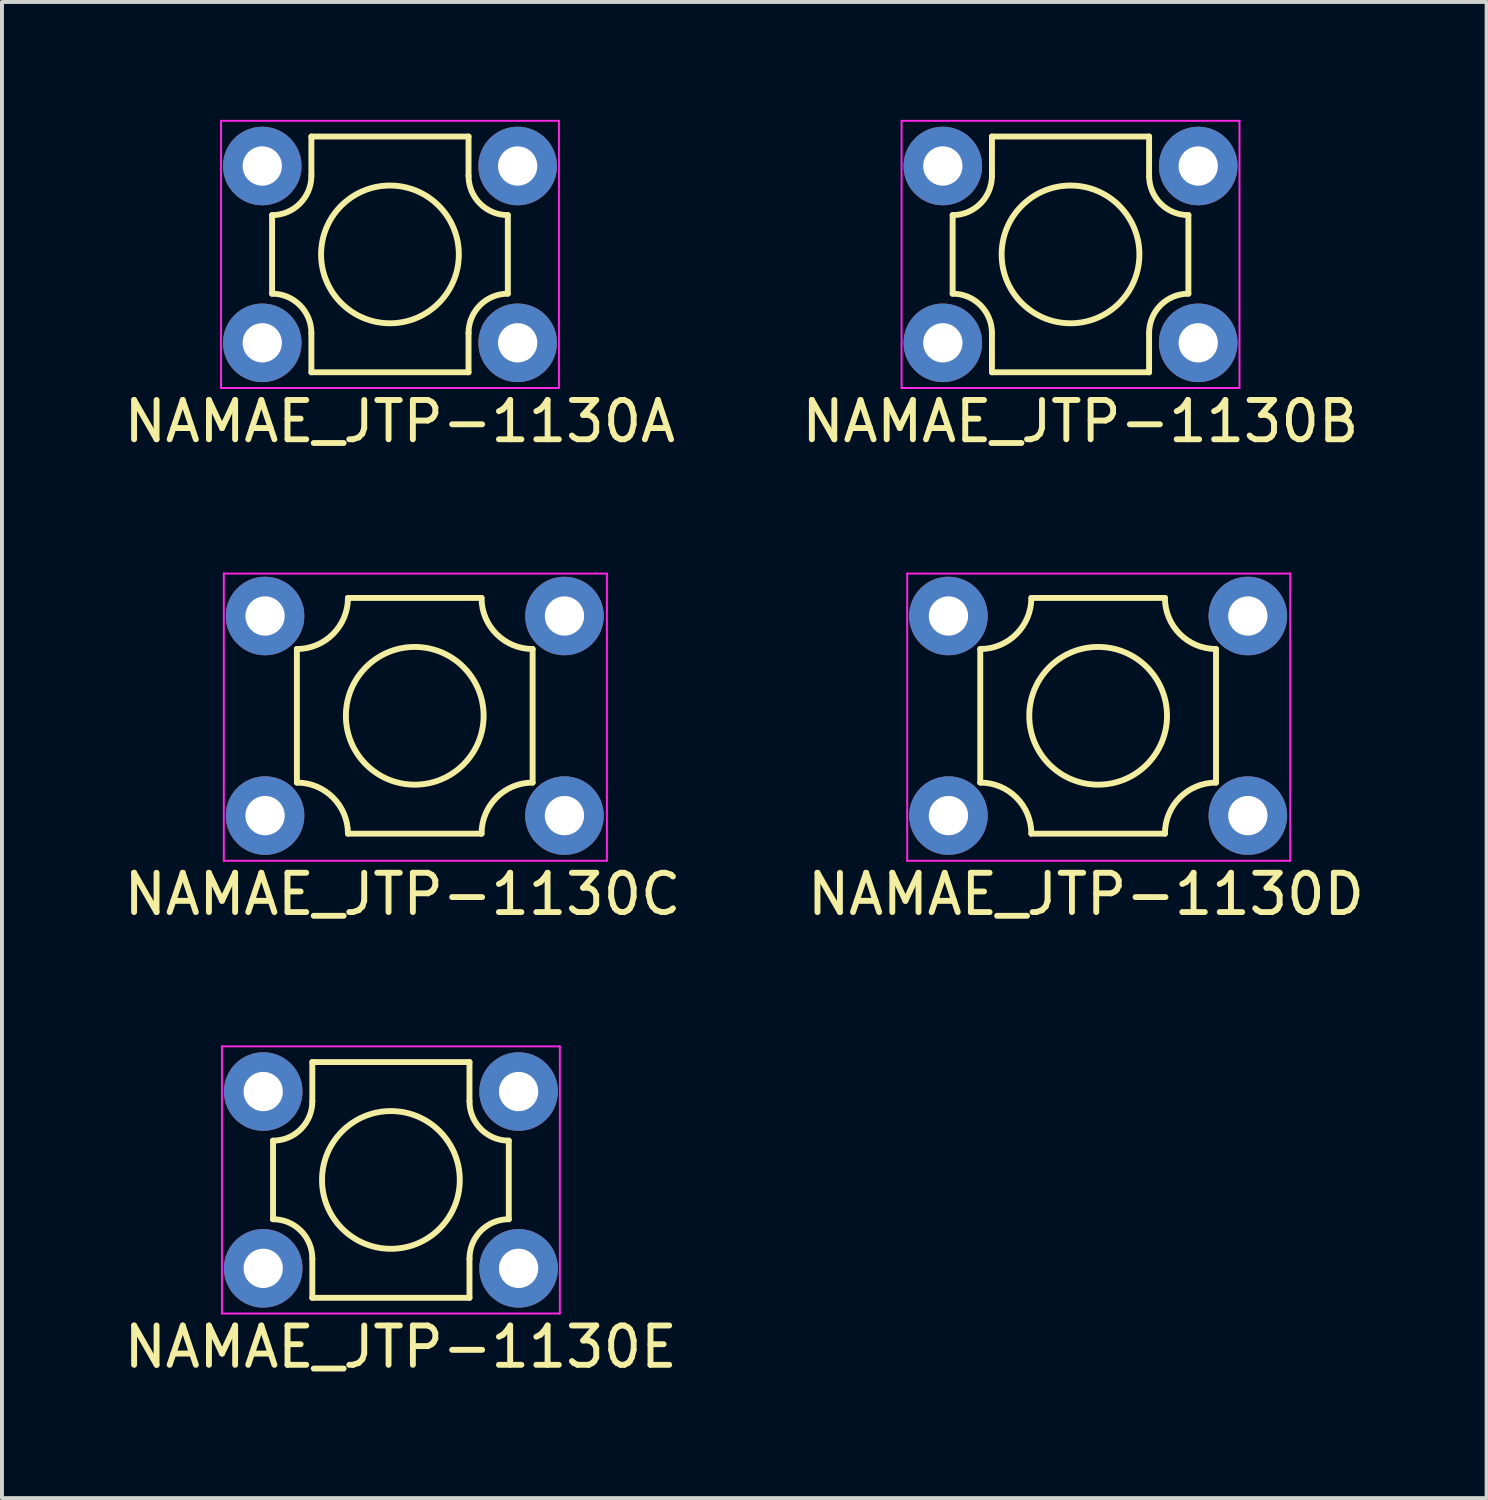
<source format=kicad_pcb>
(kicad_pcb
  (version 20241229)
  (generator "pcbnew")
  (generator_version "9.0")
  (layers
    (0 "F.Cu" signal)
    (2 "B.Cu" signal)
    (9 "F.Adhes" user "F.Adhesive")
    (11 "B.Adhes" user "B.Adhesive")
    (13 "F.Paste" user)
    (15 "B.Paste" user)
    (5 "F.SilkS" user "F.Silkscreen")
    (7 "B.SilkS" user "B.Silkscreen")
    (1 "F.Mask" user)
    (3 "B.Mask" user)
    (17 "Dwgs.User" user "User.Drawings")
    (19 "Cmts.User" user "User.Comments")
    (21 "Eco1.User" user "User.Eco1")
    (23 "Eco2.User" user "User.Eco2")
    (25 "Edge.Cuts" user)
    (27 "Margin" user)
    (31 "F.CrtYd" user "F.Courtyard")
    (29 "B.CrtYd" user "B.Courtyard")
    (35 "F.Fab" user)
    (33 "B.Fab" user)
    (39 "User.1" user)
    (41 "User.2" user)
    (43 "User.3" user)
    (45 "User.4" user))
  (footprint "NAMAE_JTP-1130A"
    (layer "F.Cu")
    (at 3.625 5.675)
    (property "Reference" "NAMAE_JTP-1130A" (at 3.5 2 0) (layer "F.SilkS") (effects (font (size 1 1) (thickness 0.15))))
    (attr through_hole)
    (fp_line (start 0.25 -3.25) (end 0.25 -1.25) (stroke (width 0.15) (type solid)) (layer "F.SilkS"))
    (fp_line (start 1.25 -5.25) (end 1.25 -4.25) (stroke (width 0.15) (type solid)) (layer "F.SilkS"))
    (fp_line (start 1.25 -5.25) (end 5.25 -5.25) (stroke (width 0.15) (type solid)) (layer "F.SilkS"))
    (fp_line (start 1.25 -0.25) (end 1.25 0.75) (stroke (width 0.15) (type solid)) (layer "F.SilkS"))
    (fp_line (start 1.25 0.75) (end 5.25 0.75) (stroke (width 0.15) (type solid)) (layer "F.SilkS"))
    (fp_line (start 5.25 -5.25) (end 5.25 -4.25) (stroke (width 0.15) (type solid)) (layer "F.SilkS"))
    (fp_line (start 5.25 -0.25) (end 5.25 0.75) (stroke (width 0.15) (type solid)) (layer "F.SilkS"))
    (fp_line (start 6.25 -3.25) (end 6.25 -1.25) (stroke (width 0.15) (type solid)) (layer "F.SilkS"))
    (fp_arc (start 0.25 -1.25) (mid 0.957107 -0.957107) (end 1.25 -0.25) (stroke (width 0.15) (type solid)) (layer "F.SilkS"))
    (fp_arc (start 1.25 -4.25) (mid 0.957107 -3.542893) (end 0.25 -3.25) (stroke (width 0.15) (type solid)) (layer "F.SilkS"))
    (fp_arc (start 5.25 -0.25) (mid 5.542893 -0.957107) (end 6.25 -1.25) (stroke (width 0.15) (type solid)) (layer "F.SilkS"))
    (fp_arc (start 6.25 -3.25) (mid 5.542893 -3.542893) (end 5.25 -4.25) (stroke (width 0.15) (type solid)) (layer "F.SilkS"))
    (fp_circle (center 3.25 -2.25) (end 5.003 -2.25) (stroke (width 0.15) (type solid)) (fill no) (layer "F.SilkS"))
    (fp_line (start -1.05 -5.65) (end -1.05 1.15) (stroke (width 0.05) (type solid)) (layer "F.CrtYd"))
    (fp_line (start -1.05 -5.65) (end 7.55 -5.65) (stroke (width 0.05) (type solid)) (layer "F.CrtYd"))
    (fp_line (start -1.05 1.15) (end 7.55 1.15) (stroke (width 0.05) (type solid)) (layer "F.CrtYd"))
    (fp_line (start 7.55 -5.65) (end 7.55 1.15) (stroke (width 0.05) (type solid)) (layer "F.CrtYd"))
    (pad "1" thru_hole circle (at 6.5 0) (size 2 2) (drill 1) (layers "*.Cu" "*.Mask"))
    (pad "2" thru_hole circle (at 0 0) (size 2 2) (drill 1) (layers "*.Cu" "*.Mask"))
    (pad "3" thru_hole circle (at 6.5 -4.5) (size 2 2) (drill 1) (layers "*.Cu" "*.Mask"))
    (pad "4" thru_hole circle (at 0 -4.5) (size 2 2) (drill 1) (layers "*.Cu" "*.Mask")))
  (footprint "NAMAE_JTP-1130B"
    (layer "F.Cu")
    (at 20.946 5.675)
    (property "Reference" "NAMAE_JTP-1130B" (at 3.5 2 0) (layer "F.SilkS") (effects (font (size 1 1) (thickness 0.15))))
    (attr through_hole)
    (fp_line (start 0.25 -3.25) (end 0.25 -1.25) (stroke (width 0.15) (type solid)) (layer "F.SilkS"))
    (fp_line (start 1.25 -5.25) (end 1.25 -4.25) (stroke (width 0.15) (type solid)) (layer "F.SilkS"))
    (fp_line (start 1.25 -5.25) (end 5.25 -5.25) (stroke (width 0.15) (type solid)) (layer "F.SilkS"))
    (fp_line (start 1.25 -0.25) (end 1.25 0.75) (stroke (width 0.15) (type solid)) (layer "F.SilkS"))
    (fp_line (start 1.25 0.75) (end 5.25 0.75) (stroke (width 0.15) (type solid)) (layer "F.SilkS"))
    (fp_line (start 5.25 -5.25) (end 5.25 -4.25) (stroke (width 0.15) (type solid)) (layer "F.SilkS"))
    (fp_line (start 5.25 -0.25) (end 5.25 0.75) (stroke (width 0.15) (type solid)) (layer "F.SilkS"))
    (fp_line (start 6.25 -3.25) (end 6.25 -1.25) (stroke (width 0.15) (type solid)) (layer "F.SilkS"))
    (fp_arc (start 0.25 -1.25) (mid 0.957107 -0.957107) (end 1.25 -0.25) (stroke (width 0.15) (type solid)) (layer "F.SilkS"))
    (fp_arc (start 1.25 -4.25) (mid 0.957107 -3.542893) (end 0.25 -3.25) (stroke (width 0.15) (type solid)) (layer "F.SilkS"))
    (fp_arc (start 5.25 -0.25) (mid 5.542893 -0.957107) (end 6.25 -1.25) (stroke (width 0.15) (type solid)) (layer "F.SilkS"))
    (fp_arc (start 6.25 -3.25) (mid 5.542893 -3.542893) (end 5.25 -4.25) (stroke (width 0.15) (type solid)) (layer "F.SilkS"))
    (fp_circle (center 3.25 -2.25) (end 5.003 -2.25) (stroke (width 0.15) (type solid)) (fill no) (layer "F.SilkS"))
    (fp_line (start -1.05 -5.65) (end -1.05 1.15) (stroke (width 0.05) (type solid)) (layer "F.CrtYd"))
    (fp_line (start -1.05 -5.65) (end 7.55 -5.65) (stroke (width 0.05) (type solid)) (layer "F.CrtYd"))
    (fp_line (start -1.05 1.15) (end 7.55 1.15) (stroke (width 0.05) (type solid)) (layer "F.CrtYd"))
    (fp_line (start 7.55 -5.65) (end 7.55 1.15) (stroke (width 0.05) (type solid)) (layer "F.CrtYd"))
    (pad "1" thru_hole circle (at 6.5 0) (size 2 2) (drill 1) (layers "*.Cu" "*.Mask"))
    (pad "2" thru_hole circle (at 0 0) (size 2 2) (drill 1) (layers "*.Cu" "*.Mask"))
    (pad "3" thru_hole circle (at 6.5 -4.5) (size 2 2) (drill 1) (layers "*.Cu" "*.Mask"))
    (pad "4" thru_hole circle (at 0 -4.5) (size 2 2) (drill 1) (layers "*.Cu" "*.Mask")))
  (footprint "NAMAE_JTP-1130E"
    (layer "F.Cu")
    (at 3.649 29.231)
    (property "Reference" "NAMAE_JTP-1130E" (at 3.5 2 0) (layer "F.SilkS") (effects (font (size 1 1) (thickness 0.15))))
    (attr through_hole)
    (fp_line (start 0.25 -3.25) (end 0.25 -1.25) (stroke (width 0.15) (type solid)) (layer "F.SilkS"))
    (fp_line (start 1.25 -5.25) (end 1.25 -4.25) (stroke (width 0.15) (type solid)) (layer "F.SilkS"))
    (fp_line (start 1.25 -5.25) (end 5.25 -5.25) (stroke (width 0.15) (type solid)) (layer "F.SilkS"))
    (fp_line (start 1.25 -0.25) (end 1.25 0.75) (stroke (width 0.15) (type solid)) (layer "F.SilkS"))
    (fp_line (start 1.25 0.75) (end 5.25 0.75) (stroke (width 0.15) (type solid)) (layer "F.SilkS"))
    (fp_line (start 5.25 -5.25) (end 5.25 -4.25) (stroke (width 0.15) (type solid)) (layer "F.SilkS"))
    (fp_line (start 5.25 -0.25) (end 5.25 0.75) (stroke (width 0.15) (type solid)) (layer "F.SilkS"))
    (fp_line (start 6.25 -3.25) (end 6.25 -1.25) (stroke (width 0.15) (type solid)) (layer "F.SilkS"))
    (fp_arc (start 0.25 -1.25) (mid 0.957107 -0.957107) (end 1.25 -0.25) (stroke (width 0.15) (type solid)) (layer "F.SilkS"))
    (fp_arc (start 1.25 -4.25) (mid 0.957107 -3.542893) (end 0.25 -3.25) (stroke (width 0.15) (type solid)) (layer "F.SilkS"))
    (fp_arc (start 5.25 -0.25) (mid 5.542893 -0.957107) (end 6.25 -1.25) (stroke (width 0.15) (type solid)) (layer "F.SilkS"))
    (fp_arc (start 6.25 -3.25) (mid 5.542893 -3.542893) (end 5.25 -4.25) (stroke (width 0.15) (type solid)) (layer "F.SilkS"))
    (fp_circle (center 3.25 -2.25) (end 5.003 -2.25) (stroke (width 0.15) (type solid)) (fill no) (layer "F.SilkS"))
    (fp_line (start -1.05 -5.65) (end -1.05 1.15) (stroke (width 0.05) (type solid)) (layer "F.CrtYd"))
    (fp_line (start -1.05 -5.65) (end 7.55 -5.65) (stroke (width 0.05) (type solid)) (layer "F.CrtYd"))
    (fp_line (start -1.05 1.15) (end 7.55 1.15) (stroke (width 0.05) (type solid)) (layer "F.CrtYd"))
    (fp_line (start 7.55 -5.65) (end 7.55 1.15) (stroke (width 0.05) (type solid)) (layer "F.CrtYd"))
    (pad "1" thru_hole circle (at 6.5 0) (size 2 2) (drill 1) (layers "*.Cu" "*.Mask"))
    (pad "2" thru_hole circle (at 0 0) (size 2 2) (drill 1) (layers "*.Cu" "*.Mask"))
    (pad "3" thru_hole circle (at 6.5 -4.5) (size 2 2) (drill 1) (layers "*.Cu" "*.Mask"))
    (pad "4" thru_hole circle (at 0 -4.5) (size 2 2) (drill 1) (layers "*.Cu" "*.Mask")))
  (footprint "NAMAE_JTP-1130C"
    (layer "F.Cu")
    (at 3.696 17.708)
    (property "Reference" "NAMAE_JTP-1130C" (at 3.5 2 0) (layer "F.SilkS") (effects (font (size 1 1) (thickness 0.15))))
    (attr through_hole)
    (fp_line (start 0.81 -0.84) (end 0.81 -4.24) (stroke (width 0.15) (type solid)) (layer "F.SilkS"))
    (fp_line (start 2.11 -5.54) (end 5.51 -5.54) (stroke (width 0.15) (type solid)) (layer "F.SilkS"))
    (fp_line (start 2.11 0.46) (end 5.51 0.46) (stroke (width 0.15) (type solid)) (layer "F.SilkS"))
    (fp_line (start 6.81 -4.24) (end 6.81 -0.84) (stroke (width 0.15) (type solid)) (layer "F.SilkS"))
    (fp_arc (start 0.81 -0.84) (mid 1.729239 -0.459239) (end 2.11 0.46) (stroke (width 0.15) (type solid)) (layer "F.SilkS"))
    (fp_arc (start 2.11 -5.54) (mid 1.729239 -4.620761) (end 0.81 -4.24) (stroke (width 0.15) (type solid)) (layer "F.SilkS"))
    (fp_arc (start 5.51 0.46) (mid 5.890761 -0.459239) (end 6.81 -0.84) (stroke (width 0.15) (type solid)) (layer "F.SilkS"))
    (fp_arc (start 6.81 -4.24) (mid 5.890761 -4.620761) (end 5.51 -5.54) (stroke (width 0.15) (type solid)) (layer "F.SilkS"))
    (fp_circle (center 3.81 -2.54) (end 5.563 -2.54) (stroke (width 0.15) (type solid)) (fill no) (layer "F.SilkS"))
    (fp_line (start -1.05 -6.16) (end -1.05 1.15) (stroke (width 0.05) (type solid)) (layer "F.CrtYd"))
    (fp_line (start -1.05 -6.16) (end 8.7 -6.16) (stroke (width 0.05) (type solid)) (layer "F.CrtYd"))
    (fp_line (start -1.05 1.15) (end 8.7 1.15) (stroke (width 0.05) (type solid)) (layer "F.CrtYd"))
    (fp_line (start 8.7 -6.16) (end 8.7 1.15) (stroke (width 0.05) (type solid)) (layer "F.CrtYd"))
    (pad "1" thru_hole circle (at 7.62 0) (size 2 2) (drill 1) (layers "*.Cu" "*.Mask"))
    (pad "2" thru_hole circle (at 0 0) (size 2 2) (drill 1) (layers "*.Cu" "*.Mask"))
    (pad "3" thru_hole circle (at 7.62 -5.08) (size 2 2) (drill 1) (layers "*.Cu" "*.Mask"))
    (pad "4" thru_hole circle (at 0 -5.08) (size 2 2) (drill 1) (layers "*.Cu" "*.Mask")))
  (footprint "NAMAE_JTP-1130D"
    (layer "F.Cu")
    (at 21.089 17.708)
    (property "Reference" "NAMAE_JTP-1130D" (at 3.5 2 0) (layer "F.SilkS") (effects (font (size 1 1) (thickness 0.15))))
    (attr through_hole)
    (fp_line (start 0.81 -0.84) (end 0.81 -4.24) (stroke (width 0.15) (type solid)) (layer "F.SilkS"))
    (fp_line (start 2.11 -5.54) (end 5.51 -5.54) (stroke (width 0.15) (type solid)) (layer "F.SilkS"))
    (fp_line (start 2.11 0.46) (end 5.51 0.46) (stroke (width 0.15) (type solid)) (layer "F.SilkS"))
    (fp_line (start 6.81 -4.24) (end 6.81 -0.84) (stroke (width 0.15) (type solid)) (layer "F.SilkS"))
    (fp_arc (start 0.81 -0.84) (mid 1.729239 -0.459239) (end 2.11 0.46) (stroke (width 0.15) (type solid)) (layer "F.SilkS"))
    (fp_arc (start 2.11 -5.54) (mid 1.729239 -4.620761) (end 0.81 -4.24) (stroke (width 0.15) (type solid)) (layer "F.SilkS"))
    (fp_arc (start 5.51 0.46) (mid 5.890761 -0.459239) (end 6.81 -0.84) (stroke (width 0.15) (type solid)) (layer "F.SilkS"))
    (fp_arc (start 6.81 -4.24) (mid 5.890761 -4.620761) (end 5.51 -5.54) (stroke (width 0.15) (type solid)) (layer "F.SilkS"))
    (fp_circle (center 3.81 -2.54) (end 5.563 -2.54) (stroke (width 0.15) (type solid)) (fill no) (layer "F.SilkS"))
    (fp_line (start -1.05 -6.16) (end -1.05 1.15) (stroke (width 0.05) (type solid)) (layer "F.CrtYd"))
    (fp_line (start -1.05 -6.16) (end 8.7 -6.16) (stroke (width 0.05) (type solid)) (layer "F.CrtYd"))
    (fp_line (start -1.05 1.15) (end 8.7 1.15) (stroke (width 0.05) (type solid)) (layer "F.CrtYd"))
    (fp_line (start 8.7 -6.16) (end 8.7 1.15) (stroke (width 0.05) (type solid)) (layer "F.CrtYd"))
    (pad "1" thru_hole circle (at 7.62 0) (size 2 2) (drill 1) (layers "*.Cu" "*.Mask"))
    (pad "2" thru_hole circle (at 0 0) (size 2 2) (drill 1) (layers "*.Cu" "*.Mask"))
    (pad "3" thru_hole circle (at 7.62 -5.08) (size 2 2) (drill 1) (layers "*.Cu" "*.Mask"))
    (pad "4" thru_hole circle (at 0 -5.08) (size 2 2) (drill 1) (layers "*.Cu" "*.Mask")))
  (gr_rect
    (start -3 -3)
    (end 34.786 35.079)
    (stroke (width 0.1) (type default))
    (fill no)
    (layer "Edge.Cuts")))
</source>
